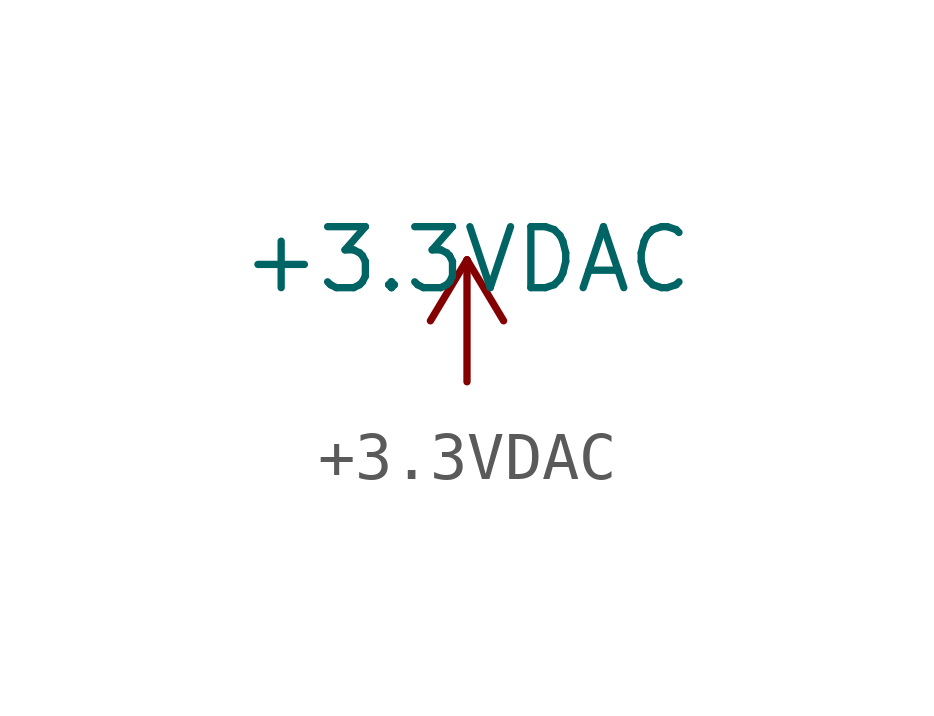
<source format=kicad_sym>
(kicad_symbol_lib
  (version 20211014)
  (generator kicad_symbol_editor)
  (symbol "power1:+3.3VDAC"
    (power)
    (pin_names
      (offset 0))
    (property "Reference" "#PWR"
      (at 3.81 -1.27 0)
      (effects (font (size 1.27 1.27)) hide))
    (property "Value" "+3.3VDAC"
      (at 0 2.54 0)
      (effects (font (size 1.27 1.27))))
    (symbol "+3.3VDAC_0_0"
      (pin power_in line (at 0 0 90) (length 0) hide (name "+3.3VDAC" (effects (font (size 1.27 1.27)))) (number "1" (effects (font (size 1.27 1.27))))))
    (symbol "+3.3VDAC_0_1"
      (polyline (pts (xy -0.762 1.27) (xy 0 2.54)) (stroke (width 0) (type default) (color 0 0 0 0)) (fill (type none)))
      (polyline (pts (xy 0 0) (xy 0 2.54)) (stroke (width 0) (type default) (color 0 0 0 0)) (fill (type none)))
      (polyline (pts (xy 0 2.54) (xy 0.762 1.27)) (stroke (width 0) (type default) (color 0 0 0 0)) (fill (type none))))))
</source>
